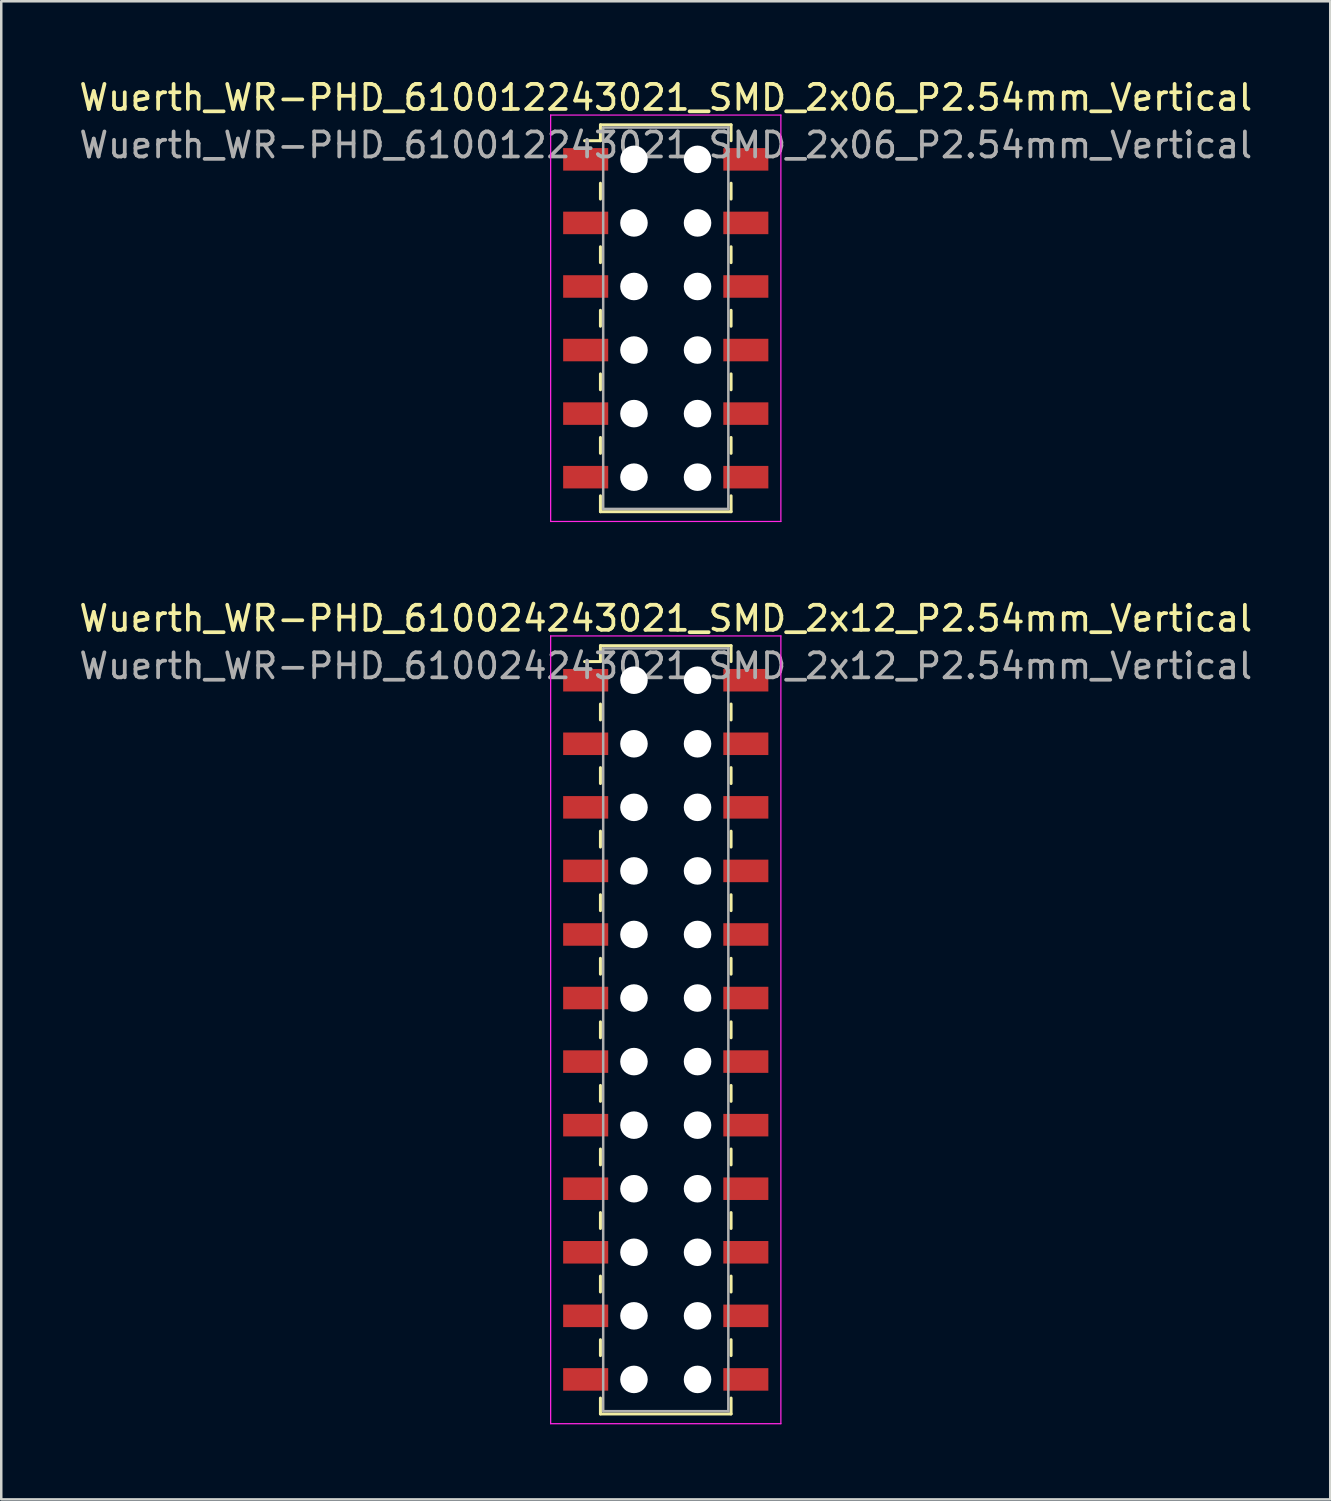
<source format=kicad_pcb>
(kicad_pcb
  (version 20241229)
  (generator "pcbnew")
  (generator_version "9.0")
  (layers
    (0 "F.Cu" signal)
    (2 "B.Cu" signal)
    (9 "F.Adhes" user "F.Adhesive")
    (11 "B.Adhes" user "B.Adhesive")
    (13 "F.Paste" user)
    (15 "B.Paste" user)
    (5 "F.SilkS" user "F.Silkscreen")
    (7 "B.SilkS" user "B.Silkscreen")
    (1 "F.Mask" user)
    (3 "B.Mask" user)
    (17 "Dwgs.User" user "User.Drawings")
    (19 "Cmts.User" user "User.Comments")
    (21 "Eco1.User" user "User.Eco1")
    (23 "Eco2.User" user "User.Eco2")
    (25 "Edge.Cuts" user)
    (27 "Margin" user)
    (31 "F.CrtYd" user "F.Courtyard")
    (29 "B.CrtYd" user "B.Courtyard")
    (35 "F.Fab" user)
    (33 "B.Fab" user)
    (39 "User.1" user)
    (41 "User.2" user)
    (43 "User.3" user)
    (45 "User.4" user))
  (footprint "Wuerth_WR-PHD_610024243021_SMD_2x12_P2.54mm_Vertical"
    (layer "F.Cu")
    (at 23.554 38.102)
    (property "Reference" "Wuerth_WR-PHD_610024243021_SMD_2x12_P2.54mm_Vertical" (at 0 -16.44 0) (layer "F.SilkS") (effects (font (size 1 1) (thickness 0.15))))
    (attr smd)
    (fp_line (start -2.61 -15.35) (end -2.61 -14.715) (stroke (width 0.12) (type solid)) (layer "F.SilkS"))
    (fp_line (start -2.61 -15.35) (end 2.61 -15.35) (stroke (width 0.12) (type solid)) (layer "F.SilkS"))
    (fp_line (start -2.61 -14.715) (end -3.245 -14.715) (stroke (width 0.12) (type solid)) (layer "F.SilkS"))
    (fp_line (start -2.61 -13.018) (end -2.61 -12.383) (stroke (width 0.12) (type solid)) (layer "F.SilkS"))
    (fp_line (start -2.61 -10.477) (end -2.61 -9.842) (stroke (width 0.12) (type solid)) (layer "F.SilkS"))
    (fp_line (start -2.61 -7.938) (end -2.61 -7.303) (stroke (width 0.12) (type solid)) (layer "F.SilkS"))
    (fp_line (start -2.61 -5.397) (end -2.61 -4.763) (stroke (width 0.12) (type solid)) (layer "F.SilkS"))
    (fp_line (start -2.61 -2.857) (end -2.61 -2.223) (stroke (width 0.12) (type solid)) (layer "F.SilkS"))
    (fp_line (start -2.61 -0.318) (end -2.61 0.318) (stroke (width 0.12) (type solid)) (layer "F.SilkS"))
    (fp_line (start -2.61 2.223) (end -2.61 2.857) (stroke (width 0.12) (type solid)) (layer "F.SilkS"))
    (fp_line (start -2.61 4.763) (end -2.61 5.397) (stroke (width 0.12) (type solid)) (layer "F.SilkS"))
    (fp_line (start -2.61 7.303) (end -2.61 7.938) (stroke (width 0.12) (type solid)) (layer "F.SilkS"))
    (fp_line (start -2.61 9.842) (end -2.61 10.477) (stroke (width 0.12) (type solid)) (layer "F.SilkS"))
    (fp_line (start -2.61 12.383) (end -2.61 13.018) (stroke (width 0.12) (type solid)) (layer "F.SilkS"))
    (fp_line (start -2.61 15.35) (end -2.61 14.715) (stroke (width 0.12) (type solid)) (layer "F.SilkS"))
    (fp_line (start -2.61 15.35) (end 2.61 15.35) (stroke (width 0.12) (type solid)) (layer "F.SilkS"))
    (fp_line (start 2.61 -15.35) (end 2.61 -14.715) (stroke (width 0.12) (type solid)) (layer "F.SilkS"))
    (fp_line (start 2.61 -13.018) (end 2.61 -12.383) (stroke (width 0.12) (type solid)) (layer "F.SilkS"))
    (fp_line (start 2.61 -10.477) (end 2.61 -9.842) (stroke (width 0.12) (type solid)) (layer "F.SilkS"))
    (fp_line (start 2.61 -7.938) (end 2.61 -7.303) (stroke (width 0.12) (type solid)) (layer "F.SilkS"))
    (fp_line (start 2.61 -5.397) (end 2.61 -4.763) (stroke (width 0.12) (type solid)) (layer "F.SilkS"))
    (fp_line (start 2.61 -2.857) (end 2.61 -2.223) (stroke (width 0.12) (type solid)) (layer "F.SilkS"))
    (fp_line (start 2.61 -0.318) (end 2.61 0.318) (stroke (width 0.12) (type solid)) (layer "F.SilkS"))
    (fp_line (start 2.61 2.223) (end 2.61 2.857) (stroke (width 0.12) (type solid)) (layer "F.SilkS"))
    (fp_line (start 2.61 4.763) (end 2.61 5.397) (stroke (width 0.12) (type solid)) (layer "F.SilkS"))
    (fp_line (start 2.61 7.303) (end 2.61 7.938) (stroke (width 0.12) (type solid)) (layer "F.SilkS"))
    (fp_line (start 2.61 9.842) (end 2.61 10.477) (stroke (width 0.12) (type solid)) (layer "F.SilkS"))
    (fp_line (start 2.61 12.383) (end 2.61 13.018) (stroke (width 0.12) (type solid)) (layer "F.SilkS"))
    (fp_line (start 2.61 15.35) (end 2.61 14.715) (stroke (width 0.12) (type solid)) (layer "F.SilkS"))
    (fp_line (start -4.6 -15.74) (end -4.6 15.74) (stroke (width 0.05) (type solid)) (layer "F.CrtYd"))
    (fp_line (start -4.6 15.74) (end 4.6 15.74) (stroke (width 0.05) (type solid)) (layer "F.CrtYd"))
    (fp_line (start 4.6 -15.74) (end -4.6 -15.74) (stroke (width 0.05) (type solid)) (layer "F.CrtYd"))
    (fp_line (start 4.6 15.74) (end 4.6 -15.74) (stroke (width 0.05) (type solid)) (layer "F.CrtYd"))
    (fp_line (start -2.5 -15.24) (end -2.5 15.24) (stroke (width 0.1) (type solid)) (layer "F.Fab"))
    (fp_line (start -2.5 15.24) (end 2.5 15.24) (stroke (width 0.1) (type solid)) (layer "F.Fab"))
    (fp_line (start 2.5 -15.24) (end -2.5 -15.24) (stroke (width 0.1) (type solid)) (layer "F.Fab"))
    (fp_line (start 2.5 15.24) (end 2.5 -15.24) (stroke (width 0.1) (type solid)) (layer "F.Fab"))
    (fp_text user "${REFERENCE}" (at 0 -14.54 0) (layer "F.Fab") (effects (font (size 1 1) (thickness 0.15))))
    (pad "" np_thru_hole circle (at -1.27 -13.97) (size 1.1 1.1) (drill 1.1) (layers "*.Cu" "*.Mask"))
    (pad "" np_thru_hole circle (at -1.27 -11.43) (size 1.1 1.1) (drill 1.1) (layers "*.Cu" "*.Mask"))
    (pad "" np_thru_hole circle (at -1.27 -8.89) (size 1.1 1.1) (drill 1.1) (layers "*.Cu" "*.Mask"))
    (pad "" np_thru_hole circle (at -1.27 -6.35) (size 1.1 1.1) (drill 1.1) (layers "*.Cu" "*.Mask"))
    (pad "" np_thru_hole circle (at -1.27 -3.81) (size 1.1 1.1) (drill 1.1) (layers "*.Cu" "*.Mask"))
    (pad "" np_thru_hole circle (at -1.27 -1.27) (size 1.1 1.1) (drill 1.1) (layers "*.Cu" "*.Mask"))
    (pad "" np_thru_hole circle (at -1.27 1.27) (size 1.1 1.1) (drill 1.1) (layers "*.Cu" "*.Mask"))
    (pad "" np_thru_hole circle (at -1.27 3.81) (size 1.1 1.1) (drill 1.1) (layers "*.Cu" "*.Mask"))
    (pad "" np_thru_hole circle (at -1.27 6.35) (size 1.1 1.1) (drill 1.1) (layers "*.Cu" "*.Mask"))
    (pad "" np_thru_hole circle (at -1.27 8.89) (size 1.1 1.1) (drill 1.1) (layers "*.Cu" "*.Mask"))
    (pad "" np_thru_hole circle (at -1.27 11.43) (size 1.1 1.1) (drill 1.1) (layers "*.Cu" "*.Mask"))
    (pad "" np_thru_hole circle (at -1.27 13.97) (size 1.1 1.1) (drill 1.1) (layers "*.Cu" "*.Mask"))
    (pad "" np_thru_hole circle (at 1.27 -13.97) (size 1.1 1.1) (drill 1.1) (layers "*.Cu" "*.Mask"))
    (pad "" np_thru_hole circle (at 1.27 -11.43) (size 1.1 1.1) (drill 1.1) (layers "*.Cu" "*.Mask"))
    (pad "" np_thru_hole circle (at 1.27 -8.89) (size 1.1 1.1) (drill 1.1) (layers "*.Cu" "*.Mask"))
    (pad "" np_thru_hole circle (at 1.27 -6.35) (size 1.1 1.1) (drill 1.1) (layers "*.Cu" "*.Mask"))
    (pad "" np_thru_hole circle (at 1.27 -3.81) (size 1.1 1.1) (drill 1.1) (layers "*.Cu" "*.Mask"))
    (pad "" np_thru_hole circle (at 1.27 -1.27) (size 1.1 1.1) (drill 1.1) (layers "*.Cu" "*.Mask"))
    (pad "" np_thru_hole circle (at 1.27 1.27) (size 1.1 1.1) (drill 1.1) (layers "*.Cu" "*.Mask"))
    (pad "" np_thru_hole circle (at 1.27 3.81) (size 1.1 1.1) (drill 1.1) (layers "*.Cu" "*.Mask"))
    (pad "" np_thru_hole circle (at 1.27 6.35) (size 1.1 1.1) (drill 1.1) (layers "*.Cu" "*.Mask"))
    (pad "" np_thru_hole circle (at 1.27 8.89) (size 1.1 1.1) (drill 1.1) (layers "*.Cu" "*.Mask"))
    (pad "" np_thru_hole circle (at 1.27 11.43) (size 1.1 1.1) (drill 1.1) (layers "*.Cu" "*.Mask"))
    (pad "" np_thru_hole circle (at 1.27 13.97) (size 1.1 1.1) (drill 1.1) (layers "*.Cu" "*.Mask"))
    (pad "1" smd rect (at -3.2 -13.97) (size 1.8 0.9) (layers "F.Cu" "F.Mask" "F.Paste"))
    (pad "2" smd rect (at 3.2 -13.97) (size 1.8 0.9) (layers "F.Cu" "F.Mask" "F.Paste"))
    (pad "3" smd rect (at -3.2 -11.43) (size 1.8 0.9) (layers "F.Cu" "F.Mask" "F.Paste"))
    (pad "4" smd rect (at 3.2 -11.43) (size 1.8 0.9) (layers "F.Cu" "F.Mask" "F.Paste"))
    (pad "5" smd rect (at -3.2 -8.89) (size 1.8 0.9) (layers "F.Cu" "F.Mask" "F.Paste"))
    (pad "6" smd rect (at 3.2 -8.89) (size 1.8 0.9) (layers "F.Cu" "F.Mask" "F.Paste"))
    (pad "7" smd rect (at -3.2 -6.35) (size 1.8 0.9) (layers "F.Cu" "F.Mask" "F.Paste"))
    (pad "8" smd rect (at 3.2 -6.35) (size 1.8 0.9) (layers "F.Cu" "F.Mask" "F.Paste"))
    (pad "9" smd rect (at -3.2 -3.81) (size 1.8 0.9) (layers "F.Cu" "F.Mask" "F.Paste"))
    (pad "10" smd rect (at 3.2 -3.81) (size 1.8 0.9) (layers "F.Cu" "F.Mask" "F.Paste"))
    (pad "11" smd rect (at -3.2 -1.27) (size 1.8 0.9) (layers "F.Cu" "F.Mask" "F.Paste"))
    (pad "12" smd rect (at 3.2 -1.27) (size 1.8 0.9) (layers "F.Cu" "F.Mask" "F.Paste"))
    (pad "13" smd rect (at -3.2 1.27) (size 1.8 0.9) (layers "F.Cu" "F.Mask" "F.Paste"))
    (pad "14" smd rect (at 3.2 1.27) (size 1.8 0.9) (layers "F.Cu" "F.Mask" "F.Paste"))
    (pad "15" smd rect (at -3.2 3.81) (size 1.8 0.9) (layers "F.Cu" "F.Mask" "F.Paste"))
    (pad "16" smd rect (at 3.2 3.81) (size 1.8 0.9) (layers "F.Cu" "F.Mask" "F.Paste"))
    (pad "17" smd rect (at -3.2 6.35) (size 1.8 0.9) (layers "F.Cu" "F.Mask" "F.Paste"))
    (pad "18" smd rect (at 3.2 6.35) (size 1.8 0.9) (layers "F.Cu" "F.Mask" "F.Paste"))
    (pad "19" smd rect (at -3.2 8.89) (size 1.8 0.9) (layers "F.Cu" "F.Mask" "F.Paste"))
    (pad "20" smd rect (at 3.2 8.89) (size 1.8 0.9) (layers "F.Cu" "F.Mask" "F.Paste"))
    (pad "21" smd rect (at -3.2 11.43) (size 1.8 0.9) (layers "F.Cu" "F.Mask" "F.Paste"))
    (pad "22" smd rect (at 3.2 11.43) (size 1.8 0.9) (layers "F.Cu" "F.Mask" "F.Paste"))
    (pad "23" smd rect (at -3.2 13.97) (size 1.8 0.9) (layers "F.Cu" "F.Mask" "F.Paste"))
    (pad "24" smd rect (at 3.2 13.97) (size 1.8 0.9) (layers "F.Cu" "F.Mask" "F.Paste")))
  (footprint "Wuerth_WR-PHD_610012243021_SMD_2x06_P2.54mm_Vertical"
    (layer "F.Cu")
    (at 23.554 9.668)
    (property "Reference" "Wuerth_WR-PHD_610012243021_SMD_2x06_P2.54mm_Vertical" (at 0 -8.82 0) (layer "F.SilkS") (effects (font (size 1 1) (thickness 0.15))))
    (attr smd)
    (fp_line (start -2.61 -7.73) (end -2.61 -7.095) (stroke (width 0.12) (type solid)) (layer "F.SilkS"))
    (fp_line (start -2.61 -7.73) (end 2.61 -7.73) (stroke (width 0.12) (type solid)) (layer "F.SilkS"))
    (fp_line (start -2.61 -7.095) (end -3.245 -7.095) (stroke (width 0.12) (type solid)) (layer "F.SilkS"))
    (fp_line (start -2.61 -5.397) (end -2.61 -4.763) (stroke (width 0.12) (type solid)) (layer "F.SilkS"))
    (fp_line (start -2.61 -2.857) (end -2.61 -2.223) (stroke (width 0.12) (type solid)) (layer "F.SilkS"))
    (fp_line (start -2.61 -0.318) (end -2.61 0.318) (stroke (width 0.12) (type solid)) (layer "F.SilkS"))
    (fp_line (start -2.61 2.223) (end -2.61 2.857) (stroke (width 0.12) (type solid)) (layer "F.SilkS"))
    (fp_line (start -2.61 4.763) (end -2.61 5.397) (stroke (width 0.12) (type solid)) (layer "F.SilkS"))
    (fp_line (start -2.61 7.73) (end -2.61 7.095) (stroke (width 0.12) (type solid)) (layer "F.SilkS"))
    (fp_line (start -2.61 7.73) (end 2.61 7.73) (stroke (width 0.12) (type solid)) (layer "F.SilkS"))
    (fp_line (start 2.61 -7.73) (end 2.61 -7.095) (stroke (width 0.12) (type solid)) (layer "F.SilkS"))
    (fp_line (start 2.61 -5.397) (end 2.61 -4.763) (stroke (width 0.12) (type solid)) (layer "F.SilkS"))
    (fp_line (start 2.61 -2.857) (end 2.61 -2.223) (stroke (width 0.12) (type solid)) (layer "F.SilkS"))
    (fp_line (start 2.61 -0.318) (end 2.61 0.318) (stroke (width 0.12) (type solid)) (layer "F.SilkS"))
    (fp_line (start 2.61 2.223) (end 2.61 2.857) (stroke (width 0.12) (type solid)) (layer "F.SilkS"))
    (fp_line (start 2.61 4.763) (end 2.61 5.397) (stroke (width 0.12) (type solid)) (layer "F.SilkS"))
    (fp_line (start 2.61 7.73) (end 2.61 7.095) (stroke (width 0.12) (type solid)) (layer "F.SilkS"))
    (fp_line (start -4.6 -8.12) (end -4.6 8.12) (stroke (width 0.05) (type solid)) (layer "F.CrtYd"))
    (fp_line (start -4.6 8.12) (end 4.6 8.12) (stroke (width 0.05) (type solid)) (layer "F.CrtYd"))
    (fp_line (start 4.6 -8.12) (end -4.6 -8.12) (stroke (width 0.05) (type solid)) (layer "F.CrtYd"))
    (fp_line (start 4.6 8.12) (end 4.6 -8.12) (stroke (width 0.05) (type solid)) (layer "F.CrtYd"))
    (fp_line (start -2.5 -7.62) (end -2.5 7.62) (stroke (width 0.1) (type solid)) (layer "F.Fab"))
    (fp_line (start -2.5 7.62) (end 2.5 7.62) (stroke (width 0.1) (type solid)) (layer "F.Fab"))
    (fp_line (start 2.5 -7.62) (end -2.5 -7.62) (stroke (width 0.1) (type solid)) (layer "F.Fab"))
    (fp_line (start 2.5 7.62) (end 2.5 -7.62) (stroke (width 0.1) (type solid)) (layer "F.Fab"))
    (fp_text user "${REFERENCE}" (at 0 -6.92 0) (layer "F.Fab") (effects (font (size 1 1) (thickness 0.15))))
    (pad "" np_thru_hole circle (at -1.27 -6.35) (size 1.1 1.1) (drill 1.1) (layers "*.Cu" "*.Mask"))
    (pad "" np_thru_hole circle (at -1.27 -3.81) (size 1.1 1.1) (drill 1.1) (layers "*.Cu" "*.Mask"))
    (pad "" np_thru_hole circle (at -1.27 -1.27) (size 1.1 1.1) (drill 1.1) (layers "*.Cu" "*.Mask"))
    (pad "" np_thru_hole circle (at -1.27 1.27) (size 1.1 1.1) (drill 1.1) (layers "*.Cu" "*.Mask"))
    (pad "" np_thru_hole circle (at -1.27 3.81) (size 1.1 1.1) (drill 1.1) (layers "*.Cu" "*.Mask"))
    (pad "" np_thru_hole circle (at -1.27 6.35) (size 1.1 1.1) (drill 1.1) (layers "*.Cu" "*.Mask"))
    (pad "" np_thru_hole circle (at 1.27 -6.35) (size 1.1 1.1) (drill 1.1) (layers "*.Cu" "*.Mask"))
    (pad "" np_thru_hole circle (at 1.27 -3.81) (size 1.1 1.1) (drill 1.1) (layers "*.Cu" "*.Mask"))
    (pad "" np_thru_hole circle (at 1.27 -1.27) (size 1.1 1.1) (drill 1.1) (layers "*.Cu" "*.Mask"))
    (pad "" np_thru_hole circle (at 1.27 1.27) (size 1.1 1.1) (drill 1.1) (layers "*.Cu" "*.Mask"))
    (pad "" np_thru_hole circle (at 1.27 3.81) (size 1.1 1.1) (drill 1.1) (layers "*.Cu" "*.Mask"))
    (pad "" np_thru_hole circle (at 1.27 6.35) (size 1.1 1.1) (drill 1.1) (layers "*.Cu" "*.Mask"))
    (pad "1" smd rect (at -3.2 -6.35) (size 1.8 0.9) (layers "F.Cu" "F.Mask" "F.Paste"))
    (pad "2" smd rect (at 3.2 -6.35) (size 1.8 0.9) (layers "F.Cu" "F.Mask" "F.Paste"))
    (pad "3" smd rect (at -3.2 -3.81) (size 1.8 0.9) (layers "F.Cu" "F.Mask" "F.Paste"))
    (pad "4" smd rect (at 3.2 -3.81) (size 1.8 0.9) (layers "F.Cu" "F.Mask" "F.Paste"))
    (pad "5" smd rect (at -3.2 -1.27) (size 1.8 0.9) (layers "F.Cu" "F.Mask" "F.Paste"))
    (pad "6" smd rect (at 3.2 -1.27) (size 1.8 0.9) (layers "F.Cu" "F.Mask" "F.Paste"))
    (pad "7" smd rect (at -3.2 1.27) (size 1.8 0.9) (layers "F.Cu" "F.Mask" "F.Paste"))
    (pad "8" smd rect (at 3.2 1.27) (size 1.8 0.9) (layers "F.Cu" "F.Mask" "F.Paste"))
    (pad "9" smd rect (at -3.2 3.81) (size 1.8 0.9) (layers "F.Cu" "F.Mask" "F.Paste"))
    (pad "10" smd rect (at 3.2 3.81) (size 1.8 0.9) (layers "F.Cu" "F.Mask" "F.Paste"))
    (pad "11" smd rect (at -3.2 6.35) (size 1.8 0.9) (layers "F.Cu" "F.Mask" "F.Paste"))
    (pad "12" smd rect (at 3.2 6.35) (size 1.8 0.9) (layers "F.Cu" "F.Mask" "F.Paste")))
  (gr_rect
    (start -3 -3)
    (end 50.107 56.867)
    (stroke (width 0.1) (type default))
    (fill no)
    (layer "Edge.Cuts")))
</source>
